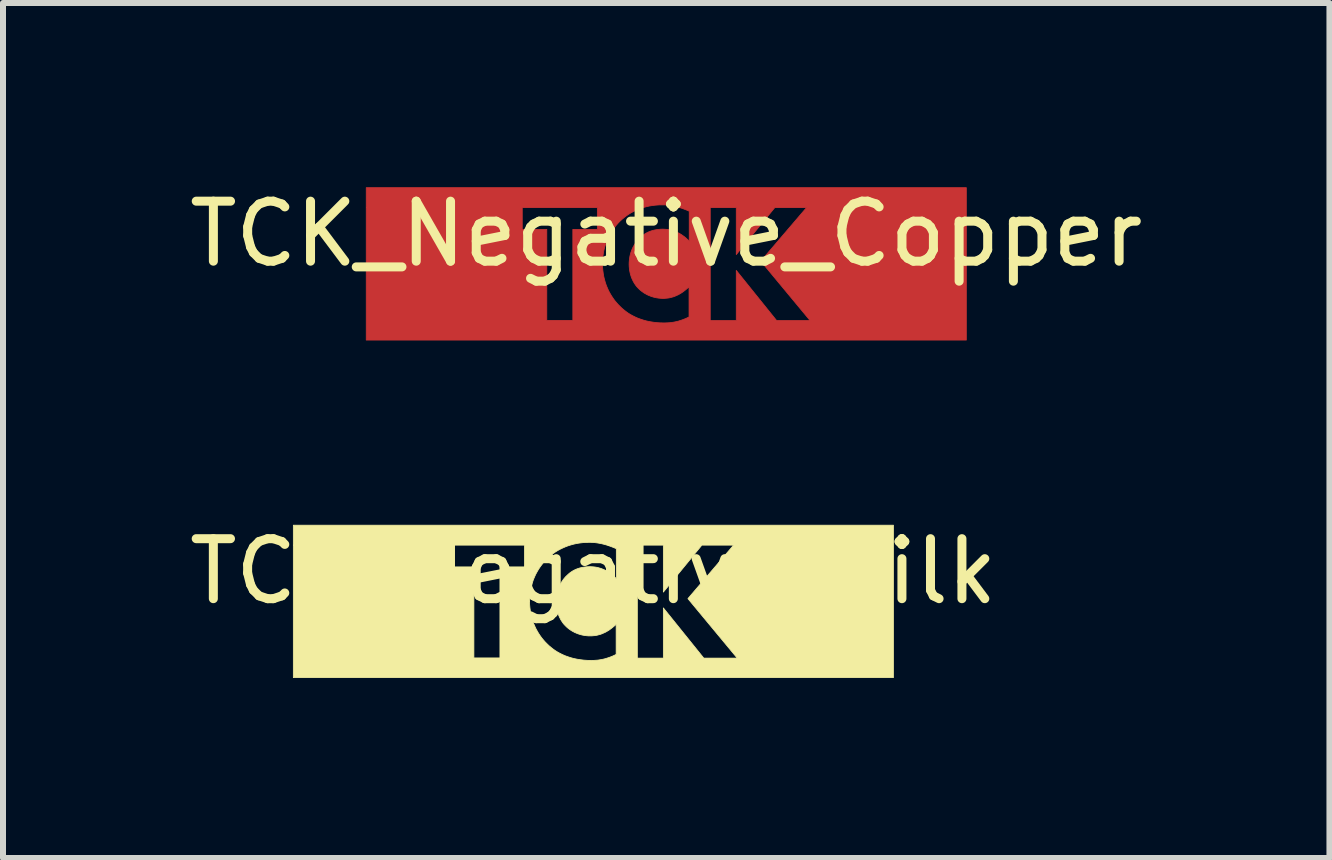
<source format=kicad_pcb>
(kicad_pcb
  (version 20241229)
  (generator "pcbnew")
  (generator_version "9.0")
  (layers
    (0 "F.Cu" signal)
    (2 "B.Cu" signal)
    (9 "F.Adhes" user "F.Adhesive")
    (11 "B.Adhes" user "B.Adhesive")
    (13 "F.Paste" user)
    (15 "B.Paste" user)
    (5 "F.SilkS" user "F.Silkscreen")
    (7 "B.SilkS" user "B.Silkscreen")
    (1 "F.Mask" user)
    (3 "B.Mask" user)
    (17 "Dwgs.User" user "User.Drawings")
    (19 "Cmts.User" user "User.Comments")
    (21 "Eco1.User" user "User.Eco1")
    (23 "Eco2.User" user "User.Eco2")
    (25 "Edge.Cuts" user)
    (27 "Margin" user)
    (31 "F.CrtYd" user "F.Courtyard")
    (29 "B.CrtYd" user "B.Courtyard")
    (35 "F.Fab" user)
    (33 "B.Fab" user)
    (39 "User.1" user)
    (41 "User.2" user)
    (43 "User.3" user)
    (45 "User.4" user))
  (footprint "TCK_Negative_Copper"
    (layer "F.Cu")
    (at 8.054 1.348)
    (property "Reference" "TCK_Negative_Copper" (at 0 -0.5 0) (unlocked yes) (layer "F.SilkS") (effects (font (size 1 1) (thickness 0.15))))
    (fp_poly (pts (xy 5.001 1.27) (xy -5 1.27) (xy -5 -0.575) (xy -2.4 -0.575) (xy -1.991 -0.575) (xy -1.991 0.942) (xy -1.557 0.942) (xy -1.557 -0.004) (xy -1.063 -0.004) (xy -1.062 0.052) (xy -1.057 0.107) (xy -1.05 0.16) (xy -1.041 0.212) (xy -1.029 0.262) (xy -1.015 0.311) (xy -0.999 0.358) (xy -0.98 0.404) (xy -0.96 0.449) (xy -0.937 0.491) (xy -0.913 0.532) (xy -0.887 0.571) (xy -0.86 0.609) (xy -0.831 0.644) (xy -0.801 0.678) (xy -0.77 0.709) (xy -0.74 0.738) (xy -0.708 0.765) (xy -0.674 0.792) (xy -0.638 0.818) (xy -0.6 0.842) (xy -0.56 0.864) (xy -0.518 0.885) (xy -0.473 0.905) (xy -0.426 0.922) (xy -0.377 0.938) (xy -0.326 0.952) (xy -0.272 0.963) (xy -0.216 0.972) (xy -0.157 0.979) (xy -0.096 0.983) (xy -0.033 0.984) (xy 0.011 0.983) (xy 0.056 0.98) (xy 0.08 0.978) (xy 0.105 0.974) (xy 0.13 0.97) (xy 0.155 0.965) (xy 0.182 0.959) (xy 0.209 0.952) (xy 0.229 0.945) (xy 0.733 0.945) (xy 1.167 0.945) (xy 1.167 0.109) (xy 1.84 0.945) (xy 2.398 0.945) (xy 1.576 -0.046) (xy 2.338 -0.938) (xy 1.809 -0.938) (xy 1.167 -0.155) (xy 1.167 -0.938) (xy 0.733 -0.938) (xy 0.733 0.945) (xy 0.229 0.945) (xy 0.236 0.943) (xy 0.264 0.934) (xy 0.293 0.923) (xy 0.323 0.911) (xy 0.353 0.897) (xy 0.383 0.882) (xy 0.38 0.882) (xy 0.38 0.381) (xy 0.349 0.41) (xy 0.318 0.436) (xy 0.288 0.459) (xy 0.259 0.48) (xy 0.229 0.498) (xy 0.201 0.514) (xy 0.172 0.527) (xy 0.145 0.539) (xy 0.118 0.549) (xy 0.092 0.556) (xy 0.066 0.563) (xy 0.041 0.568) (xy 0.017 0.571) (xy -0.006 0.573) (xy -0.029 0.575) (xy -0.051 0.575) (xy -0.072 0.575) (xy -0.092 0.574) (xy -0.113 0.572) (xy -0.132 0.57) (xy -0.151 0.567) (xy -0.17 0.564) (xy -0.188 0.56) (xy -0.205 0.556) (xy -0.222 0.551) (xy -0.238 0.546) (xy -0.254 0.541) (xy -0.269 0.535) (xy -0.284 0.529) (xy -0.298 0.523) (xy -0.312 0.517) (xy -0.325 0.51) (xy -0.349 0.497) (xy -0.371 0.484) (xy -0.391 0.47) (xy -0.409 0.457) (xy -0.424 0.445) (xy -0.437 0.434) (xy -0.448 0.424) (xy -0.456 0.416) (xy -0.472 0.4) (xy -0.488 0.383) (xy -0.503 0.365) (xy -0.517 0.345) (xy -0.531 0.324) (xy -0.545 0.301) (xy -0.557 0.277) (xy -0.569 0.252) (xy -0.58 0.226) (xy -0.589 0.198) (xy -0.598 0.169) (xy -0.605 0.138) (xy -0.611 0.107) (xy -0.615 0.074) (xy -0.618 0.039) (xy -0.619 0.004) (xy -0.618 -0.03) (xy -0.615 -0.063) (xy -0.611 -0.095) (xy -0.606 -0.126) (xy -0.599 -0.156) (xy -0.591 -0.186) (xy -0.581 -0.215) (xy -0.57 -0.243) (xy -0.558 -0.27) (xy -0.544 -0.296) (xy -0.53 -0.321) (xy -0.514 -0.345) (xy -0.498 -0.368) (xy -0.48 -0.39) (xy -0.462 -0.411) (xy -0.442 -0.43) (xy -0.423 -0.448) (xy -0.404 -0.465) (xy -0.384 -0.481) (xy -0.363 -0.495) (xy -0.341 -0.509) (xy -0.319 -0.521) (xy -0.296 -0.532) (xy -0.272 -0.542) (xy -0.248 -0.55) (xy -0.223 -0.558) (xy -0.197 -0.564) (xy -0.171 -0.569) (xy -0.144 -0.573) (xy -0.116 -0.576) (xy -0.087 -0.578) (xy -0.058 -0.579) (xy -0.039 -0.578) (xy -0.021 -0.577) (xy -0.003 -0.576) (xy 0.015 -0.574) (xy 0.033 -0.572) (xy 0.05 -0.569) (xy 0.066 -0.565) (xy 0.083 -0.562) (xy 0.099 -0.557) (xy 0.115 -0.553) (xy 0.145 -0.542) (xy 0.175 -0.53) (xy 0.203 -0.516) (xy 0.229 -0.502) (xy 0.255 -0.486) (xy 0.279 -0.469) (xy 0.303 -0.452) (xy 0.325 -0.434) (xy 0.345 -0.415) (xy 0.365 -0.397) (xy 0.383 -0.377) (xy 0.383 -0.878) (xy 0.349 -0.893) (xy 0.316 -0.906) (xy 0.284 -0.918) (xy 0.253 -0.929) (xy 0.222 -0.939) (xy 0.192 -0.948) (xy 0.163 -0.955) (xy 0.135 -0.962) (xy 0.108 -0.967) (xy 0.081 -0.972) (xy 0.054 -0.976) (xy 0.029 -0.979) (xy 0.004 -0.981) (xy -0.021 -0.983) (xy -0.045 -0.984) (xy -0.068 -0.984) (xy -0.122 -0.983) (xy -0.176 -0.979) (xy -0.227 -0.973) (xy -0.278 -0.965) (xy -0.327 -0.954) (xy -0.375 -0.941) (xy -0.422 -0.926) (xy -0.467 -0.909) (xy -0.51 -0.89) (xy -0.552 -0.87) (xy -0.593 -0.848) (xy -0.632 -0.824) (xy -0.669 -0.798) (xy -0.704 -0.771) (xy -0.738 -0.742) (xy -0.77 -0.713) (xy -0.801 -0.681) (xy -0.831 -0.647) (xy -0.86 -0.611) (xy -0.887 -0.574) (xy -0.913 -0.535) (xy -0.937 -0.494) (xy -0.96 -0.452) (xy -0.98 -0.408) (xy -0.999 -0.363) (xy -1.015 -0.316) (xy -1.029 -0.267) (xy -1.041 -0.218) (xy -1.05 -0.166) (xy -1.057 -0.113) (xy -1.062 -0.059) (xy -1.063 -0.004) (xy -1.557 -0.004) (xy -1.557 -0.575) (xy -1.148 -0.575) (xy -1.148 -0.938) (xy -2.4 -0.938) (xy -2.4 -0.575) (xy -5 -0.575) (xy -5 -1.27) (xy 5.001 -1.27)) (stroke (width 0.013) (type solid)) (fill yes) (layer "F.Cu")))
  (footprint "TCK_Negative_Silk"
    (layer "F.Cu")
    (at 6.839 6.973)
    (property "Reference" "TCK_Negative_Silk" (at 0 -0.5 0) (unlocked yes) (layer "F.SilkS") (effects (font (size 1 1) (thickness 0.15))))
    (fp_poly (pts (xy 5.001 1.27) (xy -5 1.27) (xy -5 -0.575) (xy -2.4 -0.575) (xy -1.991 -0.575) (xy -1.991 0.942) (xy -1.557 0.942) (xy -1.557 -0.004) (xy -1.063 -0.004) (xy -1.062 0.052) (xy -1.057 0.107) (xy -1.05 0.16) (xy -1.041 0.212) (xy -1.029 0.262) (xy -1.015 0.311) (xy -0.999 0.358) (xy -0.98 0.404) (xy -0.96 0.449) (xy -0.937 0.491) (xy -0.913 0.532) (xy -0.887 0.571) (xy -0.86 0.609) (xy -0.831 0.644) (xy -0.801 0.678) (xy -0.77 0.709) (xy -0.74 0.738) (xy -0.708 0.765) (xy -0.674 0.792) (xy -0.638 0.818) (xy -0.6 0.842) (xy -0.56 0.864) (xy -0.518 0.885) (xy -0.473 0.905) (xy -0.426 0.922) (xy -0.377 0.938) (xy -0.326 0.952) (xy -0.272 0.963) (xy -0.216 0.972) (xy -0.157 0.979) (xy -0.096 0.983) (xy -0.033 0.984) (xy 0.011 0.983) (xy 0.056 0.98) (xy 0.08 0.978) (xy 0.105 0.974) (xy 0.13 0.97) (xy 0.155 0.965) (xy 0.182 0.959) (xy 0.209 0.952) (xy 0.229 0.945) (xy 0.733 0.945) (xy 1.167 0.945) (xy 1.167 0.109) (xy 1.84 0.945) (xy 2.398 0.945) (xy 1.576 -0.046) (xy 2.338 -0.938) (xy 1.809 -0.938) (xy 1.167 -0.155) (xy 1.167 -0.938) (xy 0.733 -0.938) (xy 0.733 0.945) (xy 0.229 0.945) (xy 0.236 0.943) (xy 0.264 0.934) (xy 0.293 0.923) (xy 0.323 0.911) (xy 0.353 0.897) (xy 0.383 0.882) (xy 0.38 0.882) (xy 0.38 0.381) (xy 0.349 0.41) (xy 0.318 0.436) (xy 0.288 0.459) (xy 0.259 0.48) (xy 0.229 0.498) (xy 0.201 0.514) (xy 0.172 0.527) (xy 0.145 0.539) (xy 0.118 0.549) (xy 0.092 0.556) (xy 0.066 0.563) (xy 0.041 0.568) (xy 0.017 0.571) (xy -0.006 0.573) (xy -0.029 0.575) (xy -0.051 0.575) (xy -0.072 0.575) (xy -0.092 0.574) (xy -0.113 0.572) (xy -0.132 0.57) (xy -0.151 0.567) (xy -0.17 0.564) (xy -0.188 0.56) (xy -0.205 0.556) (xy -0.222 0.551) (xy -0.238 0.546) (xy -0.254 0.541) (xy -0.269 0.535) (xy -0.284 0.529) (xy -0.298 0.523) (xy -0.312 0.517) (xy -0.325 0.51) (xy -0.349 0.497) (xy -0.371 0.484) (xy -0.391 0.47) (xy -0.409 0.457) (xy -0.424 0.445) (xy -0.437 0.434) (xy -0.448 0.424) (xy -0.456 0.416) (xy -0.472 0.4) (xy -0.488 0.383) (xy -0.503 0.365) (xy -0.517 0.345) (xy -0.531 0.324) (xy -0.545 0.301) (xy -0.557 0.277) (xy -0.569 0.252) (xy -0.58 0.226) (xy -0.589 0.198) (xy -0.598 0.169) (xy -0.605 0.138) (xy -0.611 0.107) (xy -0.615 0.074) (xy -0.618 0.039) (xy -0.619 0.004) (xy -0.618 -0.03) (xy -0.615 -0.063) (xy -0.611 -0.095) (xy -0.606 -0.126) (xy -0.599 -0.156) (xy -0.591 -0.186) (xy -0.581 -0.215) (xy -0.57 -0.243) (xy -0.558 -0.27) (xy -0.544 -0.296) (xy -0.53 -0.321) (xy -0.514 -0.345) (xy -0.498 -0.368) (xy -0.48 -0.39) (xy -0.462 -0.411) (xy -0.442 -0.43) (xy -0.423 -0.448) (xy -0.404 -0.465) (xy -0.384 -0.481) (xy -0.363 -0.495) (xy -0.341 -0.509) (xy -0.319 -0.521) (xy -0.296 -0.532) (xy -0.272 -0.542) (xy -0.248 -0.55) (xy -0.223 -0.558) (xy -0.197 -0.564) (xy -0.171 -0.569) (xy -0.144 -0.573) (xy -0.116 -0.576) (xy -0.087 -0.578) (xy -0.058 -0.579) (xy -0.039 -0.578) (xy -0.021 -0.577) (xy -0.003 -0.576) (xy 0.015 -0.574) (xy 0.033 -0.572) (xy 0.05 -0.569) (xy 0.066 -0.565) (xy 0.083 -0.562) (xy 0.099 -0.557) (xy 0.115 -0.553) (xy 0.145 -0.542) (xy 0.175 -0.53) (xy 0.203 -0.516) (xy 0.229 -0.502) (xy 0.255 -0.486) (xy 0.279 -0.469) (xy 0.303 -0.452) (xy 0.325 -0.434) (xy 0.345 -0.415) (xy 0.365 -0.397) (xy 0.383 -0.377) (xy 0.383 -0.878) (xy 0.349 -0.893) (xy 0.316 -0.906) (xy 0.284 -0.918) (xy 0.253 -0.929) (xy 0.222 -0.939) (xy 0.192 -0.948) (xy 0.163 -0.955) (xy 0.135 -0.962) (xy 0.108 -0.967) (xy 0.081 -0.972) (xy 0.054 -0.976) (xy 0.029 -0.979) (xy 0.004 -0.981) (xy -0.021 -0.983) (xy -0.045 -0.984) (xy -0.068 -0.984) (xy -0.122 -0.983) (xy -0.176 -0.979) (xy -0.227 -0.973) (xy -0.278 -0.965) (xy -0.327 -0.954) (xy -0.375 -0.941) (xy -0.422 -0.926) (xy -0.467 -0.909) (xy -0.51 -0.89) (xy -0.552 -0.87) (xy -0.593 -0.848) (xy -0.632 -0.824) (xy -0.669 -0.798) (xy -0.704 -0.771) (xy -0.738 -0.742) (xy -0.77 -0.713) (xy -0.801 -0.681) (xy -0.831 -0.647) (xy -0.86 -0.611) (xy -0.887 -0.574) (xy -0.913 -0.535) (xy -0.937 -0.494) (xy -0.96 -0.452) (xy -0.98 -0.408) (xy -0.999 -0.363) (xy -1.015 -0.316) (xy -1.029 -0.267) (xy -1.041 -0.218) (xy -1.05 -0.166) (xy -1.057 -0.113) (xy -1.062 -0.059) (xy -1.063 -0.004) (xy -1.557 -0.004) (xy -1.557 -0.575) (xy -1.148 -0.575) (xy -1.148 -0.938) (xy -2.4 -0.938) (xy -2.4 -0.575) (xy -5 -0.575) (xy -5 -1.27) (xy 5.001 -1.27)) (stroke (width 0.013) (type solid)) (fill yes) (layer "F.SilkS")))
  (gr_rect
    (start -3 -3)
    (end 19.107 11.25)
    (stroke (width 0.1) (type default))
    (fill no)
    (layer "Edge.Cuts")))
</source>
